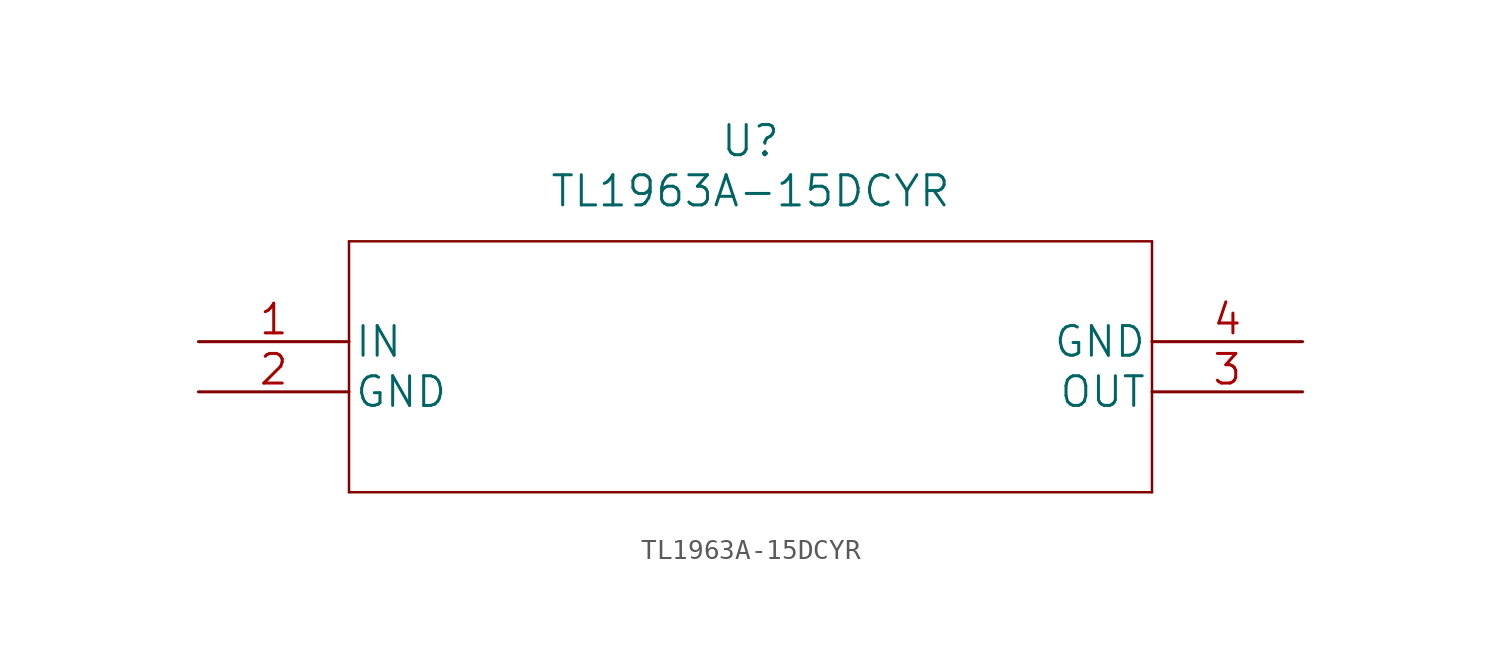
<source format=kicad_sym>
(kicad_symbol_lib
  (version 20220914)
  (generator kicad_symbol_editor)
  (symbol "TL1963A-15DCYR"
    (pin_names
      (offset 0.254))
    (property "Reference" "U"
      (at 27.94 10.16 0)
      (effects (font (size 1.524 1.524))))
    (property "Value" "TL1963A-15DCYR"
      (at 27.94 7.62 0)
      (effects (font (size 1.524 1.524))))
    (property "Datasheet" ""
      (at 0 0 0)
      (effects (font (size 1.524 1.524))))
    (property "ki_locked" ""
      (at 0 0 0)
      (effects (font (size 1.27 1.27))))
    (symbol "TL1963A-15DCYR_1_1"
      (polyline (pts (xy 7.62 -7.62) (xy 48.26 -7.62)) (stroke (width 0.127) (type solid)) (fill (type none)))
      (polyline (pts (xy 7.62 5.08) (xy 7.62 -7.62)) (stroke (width 0.127) (type solid)) (fill (type none)))
      (polyline (pts (xy 48.26 -7.62) (xy 48.26 5.08)) (stroke (width 0.127) (type solid)) (fill (type none)))
      (polyline (pts (xy 48.26 5.08) (xy 7.62 5.08)) (stroke (width 0.127) (type solid)) (fill (type none)))
      (pin input line (at 0 0 0) (length 7.62) (name "IN" (effects (font (size 1.499 1.499)))) (number "1" (effects (font (size 1.499 1.499)))))
      (pin power_in line (at 0 -2.54 0) (length 7.62) (name "GND" (effects (font (size 1.499 1.499)))) (number "2" (effects (font (size 1.499 1.499)))))
      (pin output line (at 55.88 -2.54 180) (length 7.62) (name "OUT" (effects (font (size 1.499 1.499)))) (number "3" (effects (font (size 1.499 1.499)))))
      (pin power_in line (at 55.88 0 180) (length 7.62) (name "GND" (effects (font (size 1.499 1.499)))) (number "4" (effects (font (size 1.499 1.499))))))))
</source>
